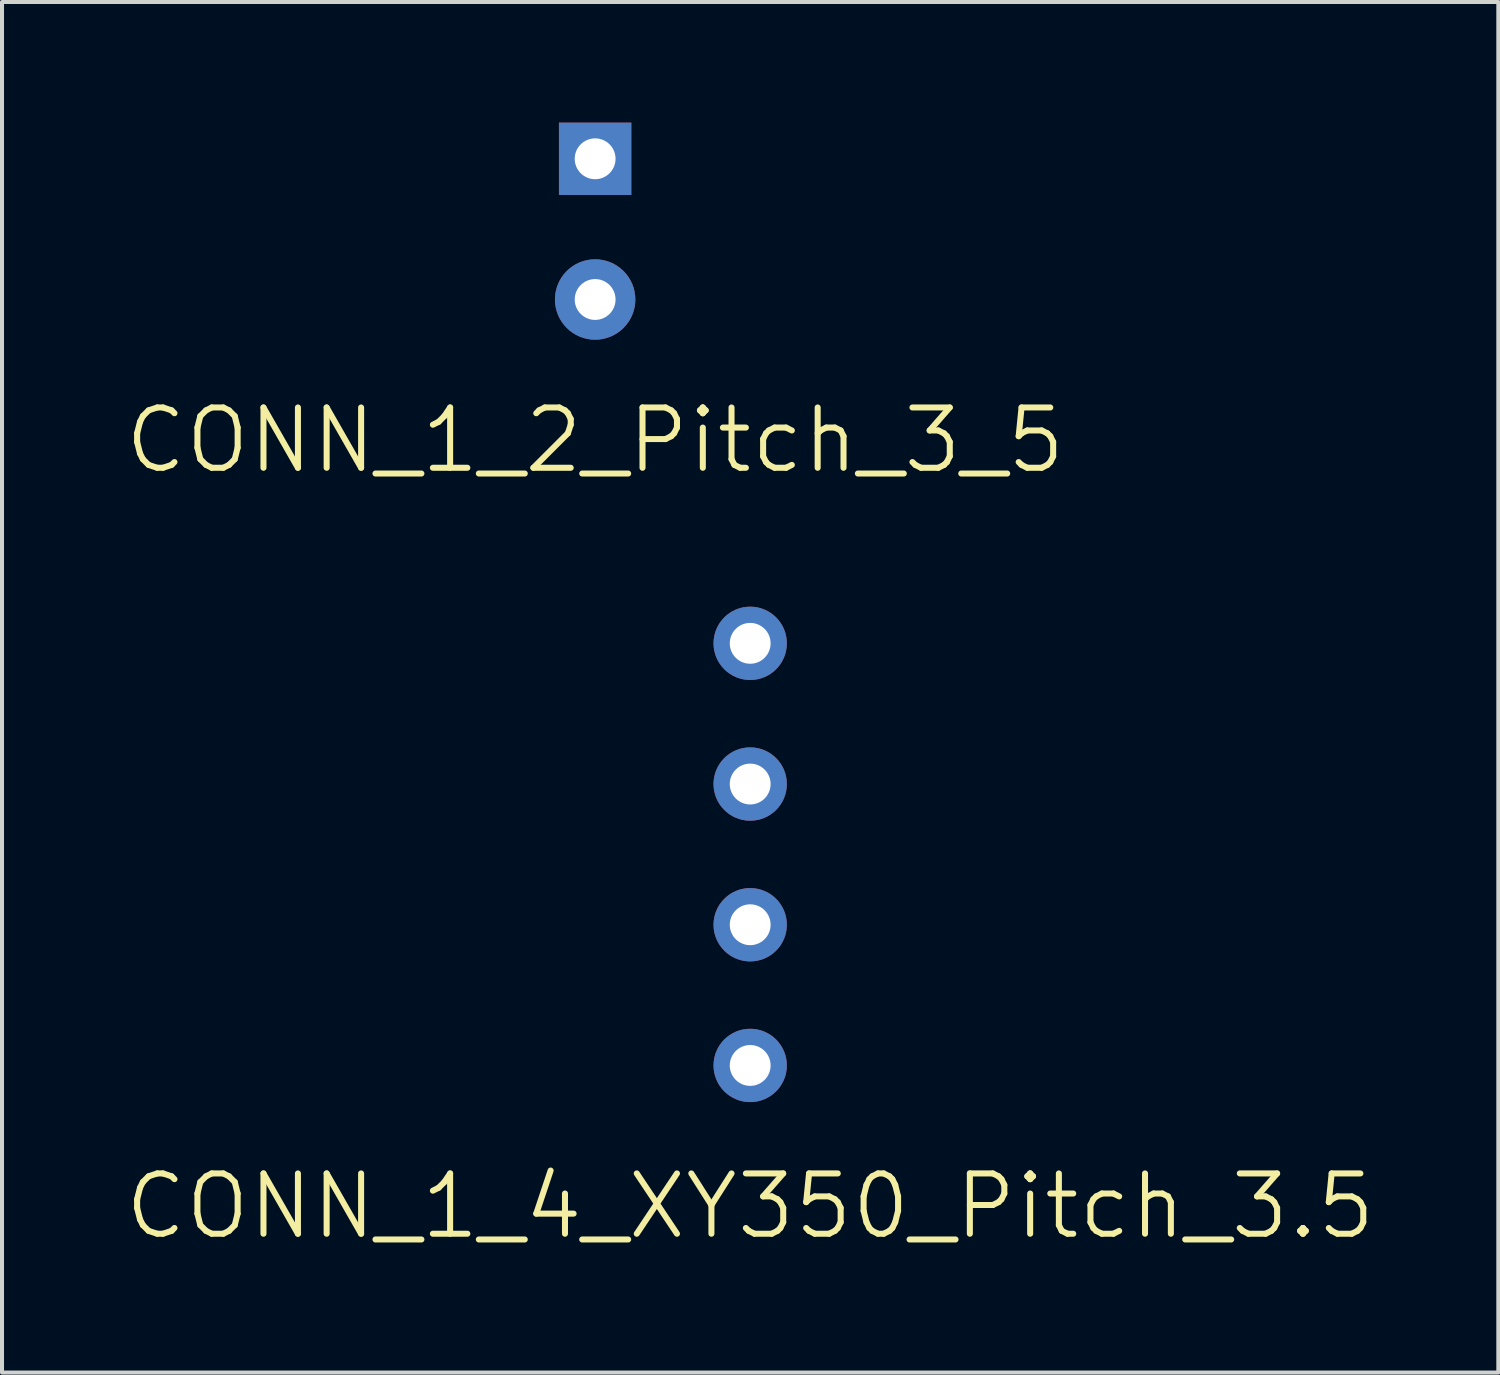
<source format=kicad_pcb>
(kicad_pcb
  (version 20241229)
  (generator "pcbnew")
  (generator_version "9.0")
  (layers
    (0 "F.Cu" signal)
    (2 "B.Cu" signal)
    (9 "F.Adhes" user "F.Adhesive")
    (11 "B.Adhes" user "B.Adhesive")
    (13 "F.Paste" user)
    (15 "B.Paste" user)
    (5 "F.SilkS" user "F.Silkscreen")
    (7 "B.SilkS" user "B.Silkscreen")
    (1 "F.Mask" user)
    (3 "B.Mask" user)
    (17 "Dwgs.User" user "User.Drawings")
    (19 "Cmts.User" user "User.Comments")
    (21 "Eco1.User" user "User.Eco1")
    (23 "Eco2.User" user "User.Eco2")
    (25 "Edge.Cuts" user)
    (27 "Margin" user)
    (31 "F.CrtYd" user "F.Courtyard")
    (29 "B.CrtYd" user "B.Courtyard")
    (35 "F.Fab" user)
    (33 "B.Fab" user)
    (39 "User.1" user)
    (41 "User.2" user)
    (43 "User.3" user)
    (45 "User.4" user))
  (footprint "CONN_1_2_Pitch_3_5"
    (layer "F.Cu")
    (at 11.754 4.4)
    (property "Reference" "CONN_1_2_Pitch_3_5" (at 0 3.5 0) (layer "F.SilkS") (effects (font (size 1.5 1.5) (thickness 0.15))))
    (attr through_hole)
    (pad "1" thru_hole rect (at 0 -3.5) (size 1.8 1.8) (drill 1.016) (layers "*.Cu" "*.Mask"))
    (pad "2" thru_hole circle (at 0 0) (size 2 2) (drill 1.016) (layers "*.Cu" "*.Mask")))
  (footprint "CONN_1_4_XY350_Pitch_3.5"
    (layer "F.Cu")
    (at 15.611 19.953)
    (property "Reference" "CONN_1_4_XY350_Pitch_3.5" (at 0 7 0) (layer "F.SilkS") (effects (font (size 1.5 1.5) (thickness 0.15))))
    (attr through_hole)
    (pad "1" thru_hole circle (at 0 -7) (size 1.824 1.824) (drill 1.016) (layers "*.Cu" "*.Mask"))
    (pad "2" thru_hole circle (at 0 -3.5) (size 1.824 1.824) (drill 1.016) (layers "*.Cu" "*.Mask"))
    (pad "3" thru_hole circle (at 0 0) (size 1.824 1.824) (drill 1.016) (layers "*.Cu" "*.Mask"))
    (pad "4" thru_hole circle (at 0 3.5) (size 1.824 1.824) (drill 1.016) (layers "*.Cu" "*.Mask")))
  (gr_rect
    (start -3 -3)
    (end 34.221 31.093)
    (stroke (width 0.1) (type default))
    (fill no)
    (layer "Edge.Cuts")))
</source>
